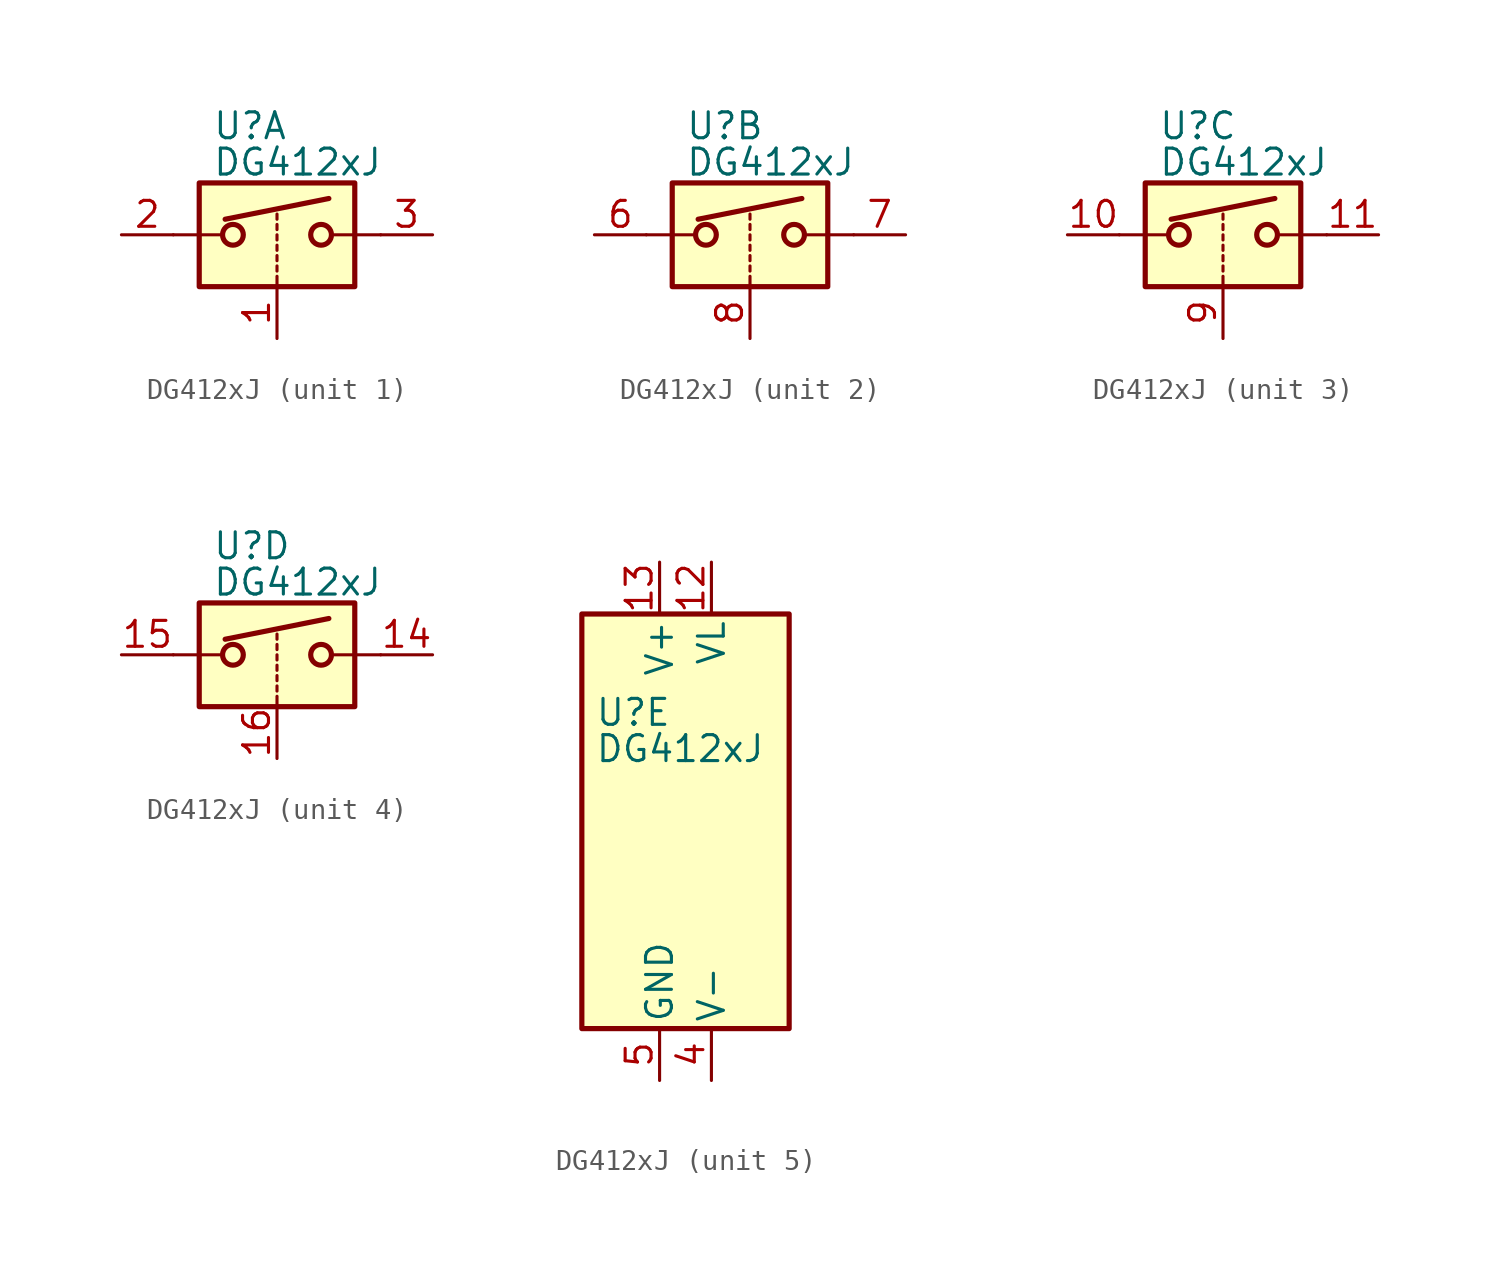
<source format=kicad_sym>
(kicad_symbol_lib
  (version 20200908)
  (generator kicad_symbol_editor)
  (symbol "Analog_Switch:DG412xJ"
    (pin_names
      (offset 0.254))
    (property "Reference" "U"
      (at -3.175 5.334 0)
      (effects (font (size 1.27 1.27)) (justify left)))
    (property "Value" "DG412xJ"
      (at -3.175 3.556 0)
      (effects (font (size 1.27 1.27)) (justify left)))
    (symbol "DG412xJ_1_1"
      (circle (center -2.159 0) (radius 0.508) (stroke (width 0.254)) (fill (type none)))
      (circle (center 2.159 0) (radius 0.508) (stroke (width 0.254)) (fill (type none)))
      (rectangle (start -3.81 2.54) (end 3.81 -2.54) (stroke (width 0.254)) (fill (type background)))
      (polyline (pts (xy -5.08 0) (xy -2.794 0)) (stroke (width 0)) (fill (type none)))
      (polyline (pts (xy -2.54 0.762) (xy 2.54 1.778)) (stroke (width 0.254)) (fill (type none)))
      (polyline (pts (xy 0 -2.54) (xy 0 -2.032)) (stroke (width 0)) (fill (type none)))
      (polyline (pts (xy 0 -1.778) (xy 0 -1.524)) (stroke (width 0)) (fill (type none)))
      (polyline (pts (xy 0 -1.27) (xy 0 -1.016)) (stroke (width 0)) (fill (type none)))
      (polyline (pts (xy 0 -0.762) (xy 0 -0.508)) (stroke (width 0)) (fill (type none)))
      (polyline (pts (xy 0 -0.254) (xy 0 0)) (stroke (width 0)) (fill (type none)))
      (polyline (pts (xy 0 0.254) (xy 0 0.508)) (stroke (width 0)) (fill (type none)))
      (polyline (pts (xy 0 0.762) (xy 0 1.016)) (stroke (width 0)) (fill (type none)))
      (polyline (pts (xy 5.08 0) (xy 2.794 0)) (stroke (width 0)) (fill (type none)))
      (pin input line (at 0 -5.08 90) (length 2.54) (name "~" (effects (font (size 1.27 1.27)))) (number "1" (effects (font (size 1.27 1.27)))))
      (pin passive line (at -7.62 0 0) (length 2.54) (name "~" (effects (font (size 1.27 1.27)))) (number "2" (effects (font (size 1.27 1.27)))))
      (pin passive line (at 7.62 0 180) (length 2.54) (name "~" (effects (font (size 1.27 1.27)))) (number "3" (effects (font (size 1.27 1.27))))))
    (symbol "DG412xJ_2_1"
      (circle (center -2.159 0) (radius 0.508) (stroke (width 0.254)) (fill (type none)))
      (circle (center 2.159 0) (radius 0.508) (stroke (width 0.254)) (fill (type none)))
      (rectangle (start -3.81 2.54) (end 3.81 -2.54) (stroke (width 0.254)) (fill (type background)))
      (polyline (pts (xy -5.08 0) (xy -2.794 0)) (stroke (width 0)) (fill (type none)))
      (polyline (pts (xy -2.54 0.762) (xy 2.54 1.778)) (stroke (width 0.254)) (fill (type none)))
      (polyline (pts (xy 0 -2.54) (xy 0 -2.032)) (stroke (width 0)) (fill (type none)))
      (polyline (pts (xy 0 -1.778) (xy 0 -1.524)) (stroke (width 0)) (fill (type none)))
      (polyline (pts (xy 0 -1.27) (xy 0 -1.016)) (stroke (width 0)) (fill (type none)))
      (polyline (pts (xy 0 -0.762) (xy 0 -0.508)) (stroke (width 0)) (fill (type none)))
      (polyline (pts (xy 0 -0.254) (xy 0 0)) (stroke (width 0)) (fill (type none)))
      (polyline (pts (xy 0 0.254) (xy 0 0.508)) (stroke (width 0)) (fill (type none)))
      (polyline (pts (xy 0 0.762) (xy 0 1.016)) (stroke (width 0)) (fill (type none)))
      (polyline (pts (xy 5.08 0) (xy 2.794 0)) (stroke (width 0)) (fill (type none)))
      (pin passive line (at -7.62 0 0) (length 2.54) (name "~" (effects (font (size 1.27 1.27)))) (number "6" (effects (font (size 1.27 1.27)))))
      (pin passive line (at 7.62 0 180) (length 2.54) (name "~" (effects (font (size 1.27 1.27)))) (number "7" (effects (font (size 1.27 1.27)))))
      (pin input line (at 0 -5.08 90) (length 2.54) (name "~" (effects (font (size 1.27 1.27)))) (number "8" (effects (font (size 1.27 1.27))))))
    (symbol "DG412xJ_3_1"
      (circle (center -2.159 0) (radius 0.508) (stroke (width 0.254)) (fill (type none)))
      (circle (center 2.159 0) (radius 0.508) (stroke (width 0.254)) (fill (type none)))
      (rectangle (start -3.81 2.54) (end 3.81 -2.54) (stroke (width 0.254)) (fill (type background)))
      (polyline (pts (xy -5.08 0) (xy -2.794 0)) (stroke (width 0)) (fill (type none)))
      (polyline (pts (xy -2.54 0.762) (xy 2.54 1.778)) (stroke (width 0.254)) (fill (type none)))
      (polyline (pts (xy 0 -2.54) (xy 0 -2.032)) (stroke (width 0)) (fill (type none)))
      (polyline (pts (xy 0 -1.778) (xy 0 -1.524)) (stroke (width 0)) (fill (type none)))
      (polyline (pts (xy 0 -1.27) (xy 0 -1.016)) (stroke (width 0)) (fill (type none)))
      (polyline (pts (xy 0 -0.762) (xy 0 -0.508)) (stroke (width 0)) (fill (type none)))
      (polyline (pts (xy 0 -0.254) (xy 0 0)) (stroke (width 0)) (fill (type none)))
      (polyline (pts (xy 0 0.254) (xy 0 0.508)) (stroke (width 0)) (fill (type none)))
      (polyline (pts (xy 0 0.762) (xy 0 1.016)) (stroke (width 0)) (fill (type none)))
      (polyline (pts (xy 5.08 0) (xy 2.794 0)) (stroke (width 0)) (fill (type none)))
      (pin passive line (at -7.62 0 0) (length 2.54) (name "~" (effects (font (size 1.27 1.27)))) (number "10" (effects (font (size 1.27 1.27)))))
      (pin passive line (at 7.62 0 180) (length 2.54) (name "~" (effects (font (size 1.27 1.27)))) (number "11" (effects (font (size 1.27 1.27)))))
      (pin input line (at 0 -5.08 90) (length 2.54) (name "~" (effects (font (size 1.27 1.27)))) (number "9" (effects (font (size 1.27 1.27))))))
    (symbol "DG412xJ_4_1"
      (circle (center -2.159 0) (radius 0.508) (stroke (width 0.254)) (fill (type none)))
      (circle (center 2.159 0) (radius 0.508) (stroke (width 0.254)) (fill (type none)))
      (rectangle (start -3.81 2.54) (end 3.81 -2.54) (stroke (width 0.254)) (fill (type background)))
      (polyline (pts (xy -5.08 0) (xy -2.794 0)) (stroke (width 0)) (fill (type none)))
      (polyline (pts (xy -2.54 0.762) (xy 2.54 1.778)) (stroke (width 0.254)) (fill (type none)))
      (polyline (pts (xy 0 -2.54) (xy 0 -2.032)) (stroke (width 0)) (fill (type none)))
      (polyline (pts (xy 0 -1.778) (xy 0 -1.524)) (stroke (width 0)) (fill (type none)))
      (polyline (pts (xy 0 -1.27) (xy 0 -1.016)) (stroke (width 0)) (fill (type none)))
      (polyline (pts (xy 0 -0.762) (xy 0 -0.508)) (stroke (width 0)) (fill (type none)))
      (polyline (pts (xy 0 -0.254) (xy 0 0)) (stroke (width 0)) (fill (type none)))
      (polyline (pts (xy 0 0.254) (xy 0 0.508)) (stroke (width 0)) (fill (type none)))
      (polyline (pts (xy 0 0.762) (xy 0 1.016)) (stroke (width 0)) (fill (type none)))
      (polyline (pts (xy 5.08 0) (xy 2.794 0)) (stroke (width 0)) (fill (type none)))
      (pin passive line (at 7.62 0 180) (length 2.54) (name "~" (effects (font (size 1.27 1.27)))) (number "14" (effects (font (size 1.27 1.27)))))
      (pin passive line (at -7.62 0 0) (length 2.54) (name "~" (effects (font (size 1.27 1.27)))) (number "15" (effects (font (size 1.27 1.27)))))
      (pin input line (at 0 -5.08 90) (length 2.54) (name "~" (effects (font (size 1.27 1.27)))) (number "16" (effects (font (size 1.27 1.27))))))
    (symbol "DG412xJ_5_1"
      (rectangle (start -3.81 10.16) (end 6.35 -10.16) (stroke (width 0.254)) (fill (type background))))
    (symbol "DG412xJ_5_0"
      (pin power_in line (at 2.54 12.7 270) (length 2.54) (name "VL" (effects (font (size 1.27 1.27)))) (number "12" (effects (font (size 1.27 1.27)))))
      (pin power_in line (at 0 12.7 270) (length 2.54) (name "V+" (effects (font (size 1.27 1.27)))) (number "13" (effects (font (size 1.27 1.27)))))
      (pin power_in line (at 2.54 -12.7 90) (length 2.54) (name "V-" (effects (font (size 1.27 1.27)))) (number "4" (effects (font (size 1.27 1.27)))))
      (pin power_in line (at 0 -12.7 90) (length 2.54) (name "GND" (effects (font (size 1.27 1.27)))) (number "5" (effects (font (size 1.27 1.27))))))))
</source>
